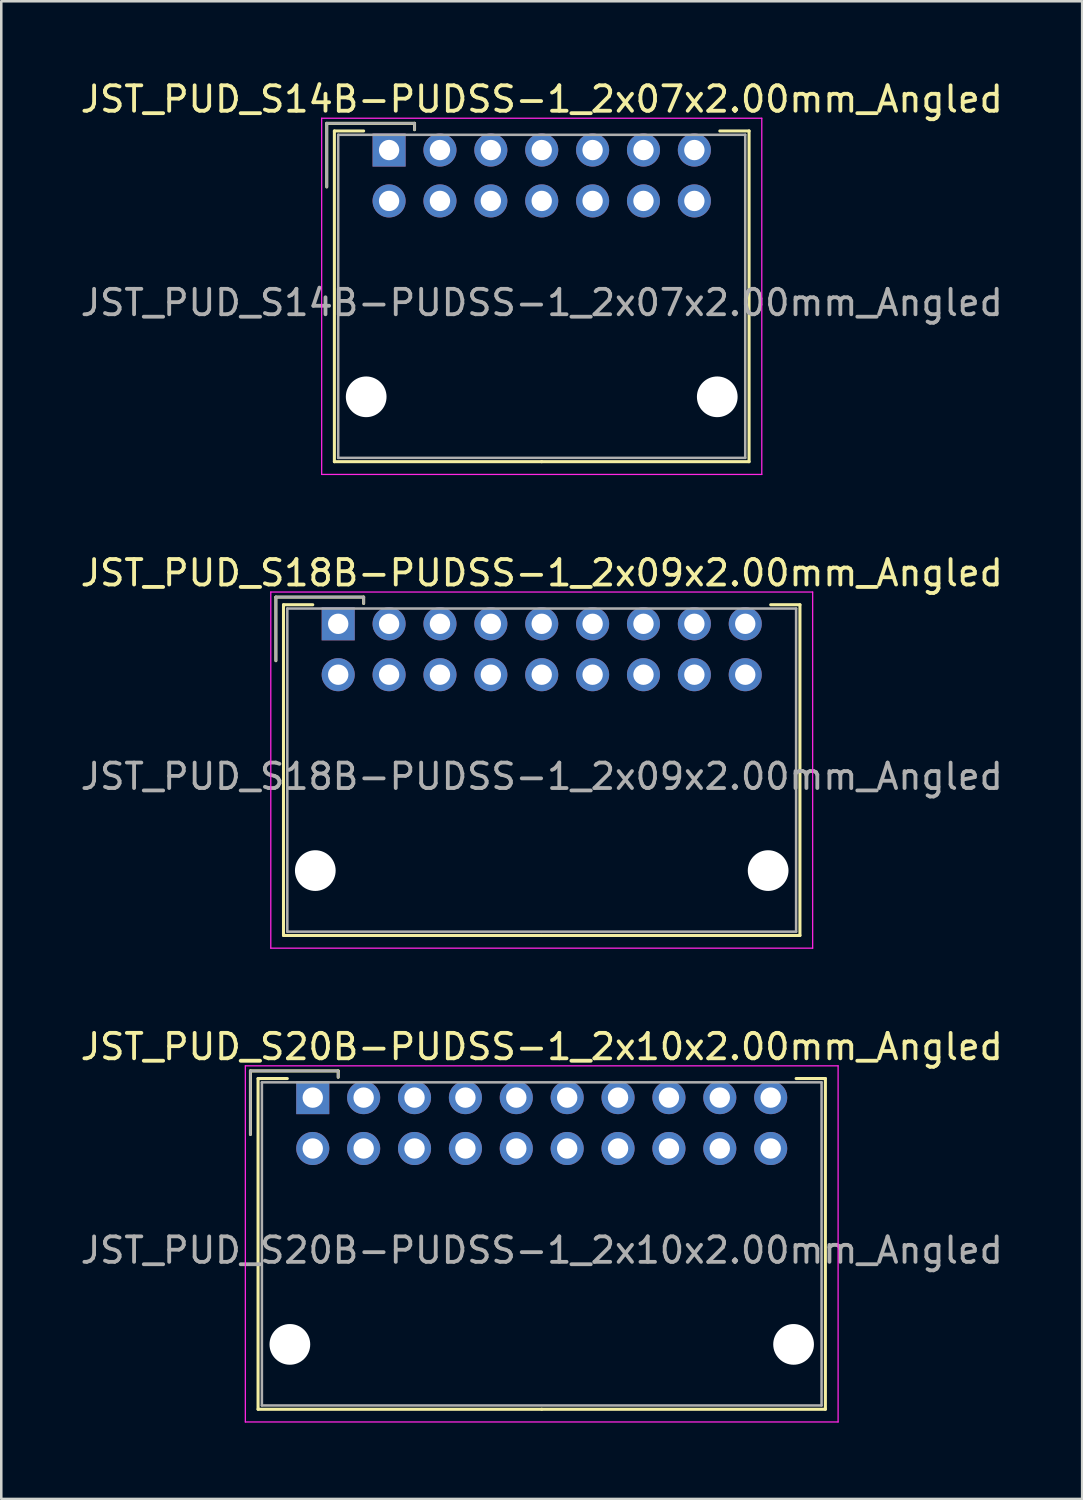
<source format=kicad_pcb>
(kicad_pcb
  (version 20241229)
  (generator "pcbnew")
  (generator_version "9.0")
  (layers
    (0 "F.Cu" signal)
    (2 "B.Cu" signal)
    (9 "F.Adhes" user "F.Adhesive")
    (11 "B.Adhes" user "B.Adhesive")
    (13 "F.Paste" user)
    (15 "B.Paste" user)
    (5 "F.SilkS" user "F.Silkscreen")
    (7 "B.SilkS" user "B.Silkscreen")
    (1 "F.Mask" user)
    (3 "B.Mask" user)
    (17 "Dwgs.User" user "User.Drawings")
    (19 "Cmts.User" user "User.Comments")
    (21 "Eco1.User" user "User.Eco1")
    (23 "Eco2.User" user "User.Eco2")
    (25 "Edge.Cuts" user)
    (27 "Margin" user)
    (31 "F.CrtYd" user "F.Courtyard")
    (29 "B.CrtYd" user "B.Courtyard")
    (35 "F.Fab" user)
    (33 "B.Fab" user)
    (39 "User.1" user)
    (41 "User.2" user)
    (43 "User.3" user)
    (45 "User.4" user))
  (footprint "JST_PUD_S14B-PUDSS-1_2x07x2.00mm_Angled"
    (layer "F.Cu")
    (at 12.244 2.848)
    (property "Reference" "JST_PUD_S14B-PUDSS-1_2x07x2.00mm_Angled" (at 6 -2 0) (layer "F.SilkS") (effects (font (size 1 1) (thickness 0.15))))
    (attr through_hole)
    (fp_line (start -2.45 -1.05) (end -2.45 1.45) (stroke (width 0.12) (type solid)) (layer "F.SilkS"))
    (fp_line (start -2.15 -0.75) (end -2.15 12.25) (stroke (width 0.12) (type solid)) (layer "F.SilkS"))
    (fp_line (start -2.15 12.25) (end 6 12.25) (stroke (width 0.12) (type solid)) (layer "F.SilkS"))
    (fp_line (start -1 -0.75) (end -2.15 -0.75) (stroke (width 0.12) (type solid)) (layer "F.SilkS"))
    (fp_line (start 1 -1.05) (end -2.45 -1.05) (stroke (width 0.12) (type solid)) (layer "F.SilkS"))
    (fp_line (start 1 -0.8) (end 1 -1.05) (stroke (width 0.12) (type solid)) (layer "F.SilkS"))
    (fp_line (start 13 -0.75) (end 14.15 -0.75) (stroke (width 0.12) (type solid)) (layer "F.SilkS"))
    (fp_line (start 14.15 -0.75) (end 14.15 12.25) (stroke (width 0.12) (type solid)) (layer "F.SilkS"))
    (fp_line (start 14.15 12.25) (end 6 12.25) (stroke (width 0.12) (type solid)) (layer "F.SilkS"))
    (fp_line (start -2.65 -1.25) (end -2.65 12.75) (stroke (width 0.05) (type solid)) (layer "F.CrtYd"))
    (fp_line (start -2.65 12.75) (end 14.65 12.75) (stroke (width 0.05) (type solid)) (layer "F.CrtYd"))
    (fp_line (start 14.65 -1.25) (end -2.65 -1.25) (stroke (width 0.05) (type solid)) (layer "F.CrtYd"))
    (fp_line (start 14.65 12.75) (end 14.65 -1.25) (stroke (width 0.05) (type solid)) (layer "F.CrtYd"))
    (fp_line (start -2.45 -1.05) (end -2.45 1.45) (stroke (width 0.1) (type solid)) (layer "F.Fab"))
    (fp_line (start -2 -0.6) (end -2 12.1) (stroke (width 0.1) (type solid)) (layer "F.Fab"))
    (fp_line (start -2 12.1) (end 14 12.1) (stroke (width 0.1) (type solid)) (layer "F.Fab"))
    (fp_line (start 1 -1.05) (end -2.45 -1.05) (stroke (width 0.1) (type solid)) (layer "F.Fab"))
    (fp_line (start 1 -0.8) (end 1 -1.05) (stroke (width 0.1) (type solid)) (layer "F.Fab"))
    (fp_line (start 14 -0.6) (end -2 -0.6) (stroke (width 0.1) (type solid)) (layer "F.Fab"))
    (fp_line (start 14 12.1) (end 14 -0.6) (stroke (width 0.1) (type solid)) (layer "F.Fab"))
    (fp_text user "${REFERENCE}" (at 6 6 0) (layer "F.Fab") (effects (font (size 1 1) (thickness 0.15))))
    (pad "" np_thru_hole circle (at -0.9 9.7) (size 1.6 1.6) (drill 1.6) (layers "*.Cu"))
    (pad "" np_thru_hole circle (at 12.9 9.7) (size 1.6 1.6) (drill 1.6) (layers "*.Cu"))
    (pad "1" thru_hole rect (at 0 0) (size 1.3 1.3) (drill 0.8) (layers "*.Cu" "*.Mask"))
    (pad "2" thru_hole circle (at 0 2) (size 1.3 1.3) (drill 0.8) (layers "*.Cu" "*.Mask"))
    (pad "3" thru_hole circle (at 2 0) (size 1.3 1.3) (drill 0.8) (layers "*.Cu" "*.Mask"))
    (pad "4" thru_hole circle (at 2 2) (size 1.3 1.3) (drill 0.8) (layers "*.Cu" "*.Mask"))
    (pad "5" thru_hole circle (at 4 0) (size 1.3 1.3) (drill 0.8) (layers "*.Cu" "*.Mask"))
    (pad "6" thru_hole circle (at 4 2) (size 1.3 1.3) (drill 0.8) (layers "*.Cu" "*.Mask"))
    (pad "7" thru_hole circle (at 6 0) (size 1.3 1.3) (drill 0.8) (layers "*.Cu" "*.Mask"))
    (pad "8" thru_hole circle (at 6 2) (size 1.3 1.3) (drill 0.8) (layers "*.Cu" "*.Mask"))
    (pad "9" thru_hole circle (at 8 0) (size 1.3 1.3) (drill 0.8) (layers "*.Cu" "*.Mask"))
    (pad "10" thru_hole circle (at 8 2) (size 1.3 1.3) (drill 0.8) (layers "*.Cu" "*.Mask"))
    (pad "11" thru_hole circle (at 10 0) (size 1.3 1.3) (drill 0.8) (layers "*.Cu" "*.Mask"))
    (pad "12" thru_hole circle (at 10 2) (size 1.3 1.3) (drill 0.8) (layers "*.Cu" "*.Mask"))
    (pad "13" thru_hole circle (at 12 0) (size 1.3 1.3) (drill 0.8) (layers "*.Cu" "*.Mask"))
    (pad "14" thru_hole circle (at 12 2) (size 1.3 1.3) (drill 0.8) (layers "*.Cu" "*.Mask")))
  (footprint "JST_PUD_S20B-PUDSS-1_2x10x2.00mm_Angled"
    (layer "F.Cu")
    (at 9.244 40.095)
    (property "Reference" "JST_PUD_S20B-PUDSS-1_2x10x2.00mm_Angled" (at 9 -2 0) (layer "F.SilkS") (effects (font (size 1 1) (thickness 0.15))))
    (attr through_hole)
    (fp_line (start -2.45 -1.05) (end -2.45 1.45) (stroke (width 0.12) (type solid)) (layer "F.SilkS"))
    (fp_line (start -2.15 -0.75) (end -2.15 12.25) (stroke (width 0.12) (type solid)) (layer "F.SilkS"))
    (fp_line (start -2.15 12.25) (end 9 12.25) (stroke (width 0.12) (type solid)) (layer "F.SilkS"))
    (fp_line (start -1 -0.75) (end -2.15 -0.75) (stroke (width 0.12) (type solid)) (layer "F.SilkS"))
    (fp_line (start 1 -1.05) (end -2.45 -1.05) (stroke (width 0.12) (type solid)) (layer "F.SilkS"))
    (fp_line (start 1 -0.8) (end 1 -1.05) (stroke (width 0.12) (type solid)) (layer "F.SilkS"))
    (fp_line (start 19 -0.75) (end 20.15 -0.75) (stroke (width 0.12) (type solid)) (layer "F.SilkS"))
    (fp_line (start 20.15 -0.75) (end 20.15 12.25) (stroke (width 0.12) (type solid)) (layer "F.SilkS"))
    (fp_line (start 20.15 12.25) (end 9 12.25) (stroke (width 0.12) (type solid)) (layer "F.SilkS"))
    (fp_line (start -2.65 -1.25) (end -2.65 12.75) (stroke (width 0.05) (type solid)) (layer "F.CrtYd"))
    (fp_line (start -2.65 12.75) (end 20.65 12.75) (stroke (width 0.05) (type solid)) (layer "F.CrtYd"))
    (fp_line (start 20.65 -1.25) (end -2.65 -1.25) (stroke (width 0.05) (type solid)) (layer "F.CrtYd"))
    (fp_line (start 20.65 12.75) (end 20.65 -1.25) (stroke (width 0.05) (type solid)) (layer "F.CrtYd"))
    (fp_line (start -2.45 -1.05) (end -2.45 1.45) (stroke (width 0.1) (type solid)) (layer "F.Fab"))
    (fp_line (start -2 -0.6) (end -2 12.1) (stroke (width 0.1) (type solid)) (layer "F.Fab"))
    (fp_line (start -2 12.1) (end 20 12.1) (stroke (width 0.1) (type solid)) (layer "F.Fab"))
    (fp_line (start 1 -1.05) (end -2.45 -1.05) (stroke (width 0.1) (type solid)) (layer "F.Fab"))
    (fp_line (start 1 -0.8) (end 1 -1.05) (stroke (width 0.1) (type solid)) (layer "F.Fab"))
    (fp_line (start 20 -0.6) (end -2 -0.6) (stroke (width 0.1) (type solid)) (layer "F.Fab"))
    (fp_line (start 20 12.1) (end 20 -0.6) (stroke (width 0.1) (type solid)) (layer "F.Fab"))
    (fp_text user "${REFERENCE}" (at 9 6 0) (layer "F.Fab") (effects (font (size 1 1) (thickness 0.15))))
    (pad "" np_thru_hole circle (at -0.9 9.7) (size 1.6 1.6) (drill 1.6) (layers "*.Cu"))
    (pad "" np_thru_hole circle (at 18.9 9.7) (size 1.6 1.6) (drill 1.6) (layers "*.Cu"))
    (pad "1" thru_hole rect (at 0 0) (size 1.3 1.3) (drill 0.8) (layers "*.Cu" "*.Mask"))
    (pad "2" thru_hole circle (at 0 2) (size 1.3 1.3) (drill 0.8) (layers "*.Cu" "*.Mask"))
    (pad "3" thru_hole circle (at 2 0) (size 1.3 1.3) (drill 0.8) (layers "*.Cu" "*.Mask"))
    (pad "4" thru_hole circle (at 2 2) (size 1.3 1.3) (drill 0.8) (layers "*.Cu" "*.Mask"))
    (pad "5" thru_hole circle (at 4 0) (size 1.3 1.3) (drill 0.8) (layers "*.Cu" "*.Mask"))
    (pad "6" thru_hole circle (at 4 2) (size 1.3 1.3) (drill 0.8) (layers "*.Cu" "*.Mask"))
    (pad "7" thru_hole circle (at 6 0) (size 1.3 1.3) (drill 0.8) (layers "*.Cu" "*.Mask"))
    (pad "8" thru_hole circle (at 6 2) (size 1.3 1.3) (drill 0.8) (layers "*.Cu" "*.Mask"))
    (pad "9" thru_hole circle (at 8 0) (size 1.3 1.3) (drill 0.8) (layers "*.Cu" "*.Mask"))
    (pad "10" thru_hole circle (at 8 2) (size 1.3 1.3) (drill 0.8) (layers "*.Cu" "*.Mask"))
    (pad "11" thru_hole circle (at 10 0) (size 1.3 1.3) (drill 0.8) (layers "*.Cu" "*.Mask"))
    (pad "12" thru_hole circle (at 10 2) (size 1.3 1.3) (drill 0.8) (layers "*.Cu" "*.Mask"))
    (pad "13" thru_hole circle (at 12 0) (size 1.3 1.3) (drill 0.8) (layers "*.Cu" "*.Mask"))
    (pad "14" thru_hole circle (at 12 2) (size 1.3 1.3) (drill 0.8) (layers "*.Cu" "*.Mask"))
    (pad "15" thru_hole circle (at 14 0) (size 1.3 1.3) (drill 0.8) (layers "*.Cu" "*.Mask"))
    (pad "16" thru_hole circle (at 14 2) (size 1.3 1.3) (drill 0.8) (layers "*.Cu" "*.Mask"))
    (pad "17" thru_hole circle (at 16 0) (size 1.3 1.3) (drill 0.8) (layers "*.Cu" "*.Mask"))
    (pad "18" thru_hole circle (at 16 2) (size 1.3 1.3) (drill 0.8) (layers "*.Cu" "*.Mask"))
    (pad "19" thru_hole circle (at 18 0) (size 1.3 1.3) (drill 0.8) (layers "*.Cu" "*.Mask"))
    (pad "20" thru_hole circle (at 18 2) (size 1.3 1.3) (drill 0.8) (layers "*.Cu" "*.Mask")))
  (footprint "JST_PUD_S18B-PUDSS-1_2x09x2.00mm_Angled"
    (layer "F.Cu")
    (at 10.244 21.471)
    (property "Reference" "JST_PUD_S18B-PUDSS-1_2x09x2.00mm_Angled" (at 8 -2 0) (layer "F.SilkS") (effects (font (size 1 1) (thickness 0.15))))
    (attr through_hole)
    (fp_line (start -2.45 -1.05) (end -2.45 1.45) (stroke (width 0.12) (type solid)) (layer "F.SilkS"))
    (fp_line (start -2.15 -0.75) (end -2.15 12.25) (stroke (width 0.12) (type solid)) (layer "F.SilkS"))
    (fp_line (start -2.15 12.25) (end 8 12.25) (stroke (width 0.12) (type solid)) (layer "F.SilkS"))
    (fp_line (start -1 -0.75) (end -2.15 -0.75) (stroke (width 0.12) (type solid)) (layer "F.SilkS"))
    (fp_line (start 1 -1.05) (end -2.45 -1.05) (stroke (width 0.12) (type solid)) (layer "F.SilkS"))
    (fp_line (start 1 -0.8) (end 1 -1.05) (stroke (width 0.12) (type solid)) (layer "F.SilkS"))
    (fp_line (start 17 -0.75) (end 18.15 -0.75) (stroke (width 0.12) (type solid)) (layer "F.SilkS"))
    (fp_line (start 18.15 -0.75) (end 18.15 12.25) (stroke (width 0.12) (type solid)) (layer "F.SilkS"))
    (fp_line (start 18.15 12.25) (end 8 12.25) (stroke (width 0.12) (type solid)) (layer "F.SilkS"))
    (fp_line (start -2.65 -1.25) (end -2.65 12.75) (stroke (width 0.05) (type solid)) (layer "F.CrtYd"))
    (fp_line (start -2.65 12.75) (end 18.65 12.75) (stroke (width 0.05) (type solid)) (layer "F.CrtYd"))
    (fp_line (start 18.65 -1.25) (end -2.65 -1.25) (stroke (width 0.05) (type solid)) (layer "F.CrtYd"))
    (fp_line (start 18.65 12.75) (end 18.65 -1.25) (stroke (width 0.05) (type solid)) (layer "F.CrtYd"))
    (fp_line (start -2.45 -1.05) (end -2.45 1.45) (stroke (width 0.1) (type solid)) (layer "F.Fab"))
    (fp_line (start -2 -0.6) (end -2 12.1) (stroke (width 0.1) (type solid)) (layer "F.Fab"))
    (fp_line (start -2 12.1) (end 18 12.1) (stroke (width 0.1) (type solid)) (layer "F.Fab"))
    (fp_line (start 1 -1.05) (end -2.45 -1.05) (stroke (width 0.1) (type solid)) (layer "F.Fab"))
    (fp_line (start 1 -0.8) (end 1 -1.05) (stroke (width 0.1) (type solid)) (layer "F.Fab"))
    (fp_line (start 18 -0.6) (end -2 -0.6) (stroke (width 0.1) (type solid)) (layer "F.Fab"))
    (fp_line (start 18 12.1) (end 18 -0.6) (stroke (width 0.1) (type solid)) (layer "F.Fab"))
    (fp_text user "${REFERENCE}" (at 8 6 0) (layer "F.Fab") (effects (font (size 1 1) (thickness 0.15))))
    (pad "" np_thru_hole circle (at -0.9 9.7) (size 1.6 1.6) (drill 1.6) (layers "*.Cu"))
    (pad "" np_thru_hole circle (at 16.9 9.7) (size 1.6 1.6) (drill 1.6) (layers "*.Cu"))
    (pad "1" thru_hole rect (at 0 0) (size 1.3 1.3) (drill 0.8) (layers "*.Cu" "*.Mask"))
    (pad "2" thru_hole circle (at 0 2) (size 1.3 1.3) (drill 0.8) (layers "*.Cu" "*.Mask"))
    (pad "3" thru_hole circle (at 2 0) (size 1.3 1.3) (drill 0.8) (layers "*.Cu" "*.Mask"))
    (pad "4" thru_hole circle (at 2 2) (size 1.3 1.3) (drill 0.8) (layers "*.Cu" "*.Mask"))
    (pad "5" thru_hole circle (at 4 0) (size 1.3 1.3) (drill 0.8) (layers "*.Cu" "*.Mask"))
    (pad "6" thru_hole circle (at 4 2) (size 1.3 1.3) (drill 0.8) (layers "*.Cu" "*.Mask"))
    (pad "7" thru_hole circle (at 6 0) (size 1.3 1.3) (drill 0.8) (layers "*.Cu" "*.Mask"))
    (pad "8" thru_hole circle (at 6 2) (size 1.3 1.3) (drill 0.8) (layers "*.Cu" "*.Mask"))
    (pad "9" thru_hole circle (at 8 0) (size 1.3 1.3) (drill 0.8) (layers "*.Cu" "*.Mask"))
    (pad "10" thru_hole circle (at 8 2) (size 1.3 1.3) (drill 0.8) (layers "*.Cu" "*.Mask"))
    (pad "11" thru_hole circle (at 10 0) (size 1.3 1.3) (drill 0.8) (layers "*.Cu" "*.Mask"))
    (pad "12" thru_hole circle (at 10 2) (size 1.3 1.3) (drill 0.8) (layers "*.Cu" "*.Mask"))
    (pad "13" thru_hole circle (at 12 0) (size 1.3 1.3) (drill 0.8) (layers "*.Cu" "*.Mask"))
    (pad "14" thru_hole circle (at 12 2) (size 1.3 1.3) (drill 0.8) (layers "*.Cu" "*.Mask"))
    (pad "15" thru_hole circle (at 14 0) (size 1.3 1.3) (drill 0.8) (layers "*.Cu" "*.Mask"))
    (pad "16" thru_hole circle (at 14 2) (size 1.3 1.3) (drill 0.8) (layers "*.Cu" "*.Mask"))
    (pad "17" thru_hole circle (at 16 0) (size 1.3 1.3) (drill 0.8) (layers "*.Cu" "*.Mask"))
    (pad "18" thru_hole circle (at 16 2) (size 1.3 1.3) (drill 0.8) (layers "*.Cu" "*.Mask")))
  (gr_rect
    (start -3 -3)
    (end 39.488 55.87)
    (stroke (width 0.1) (type default))
    (fill no)
    (layer "Edge.Cuts")))
</source>
